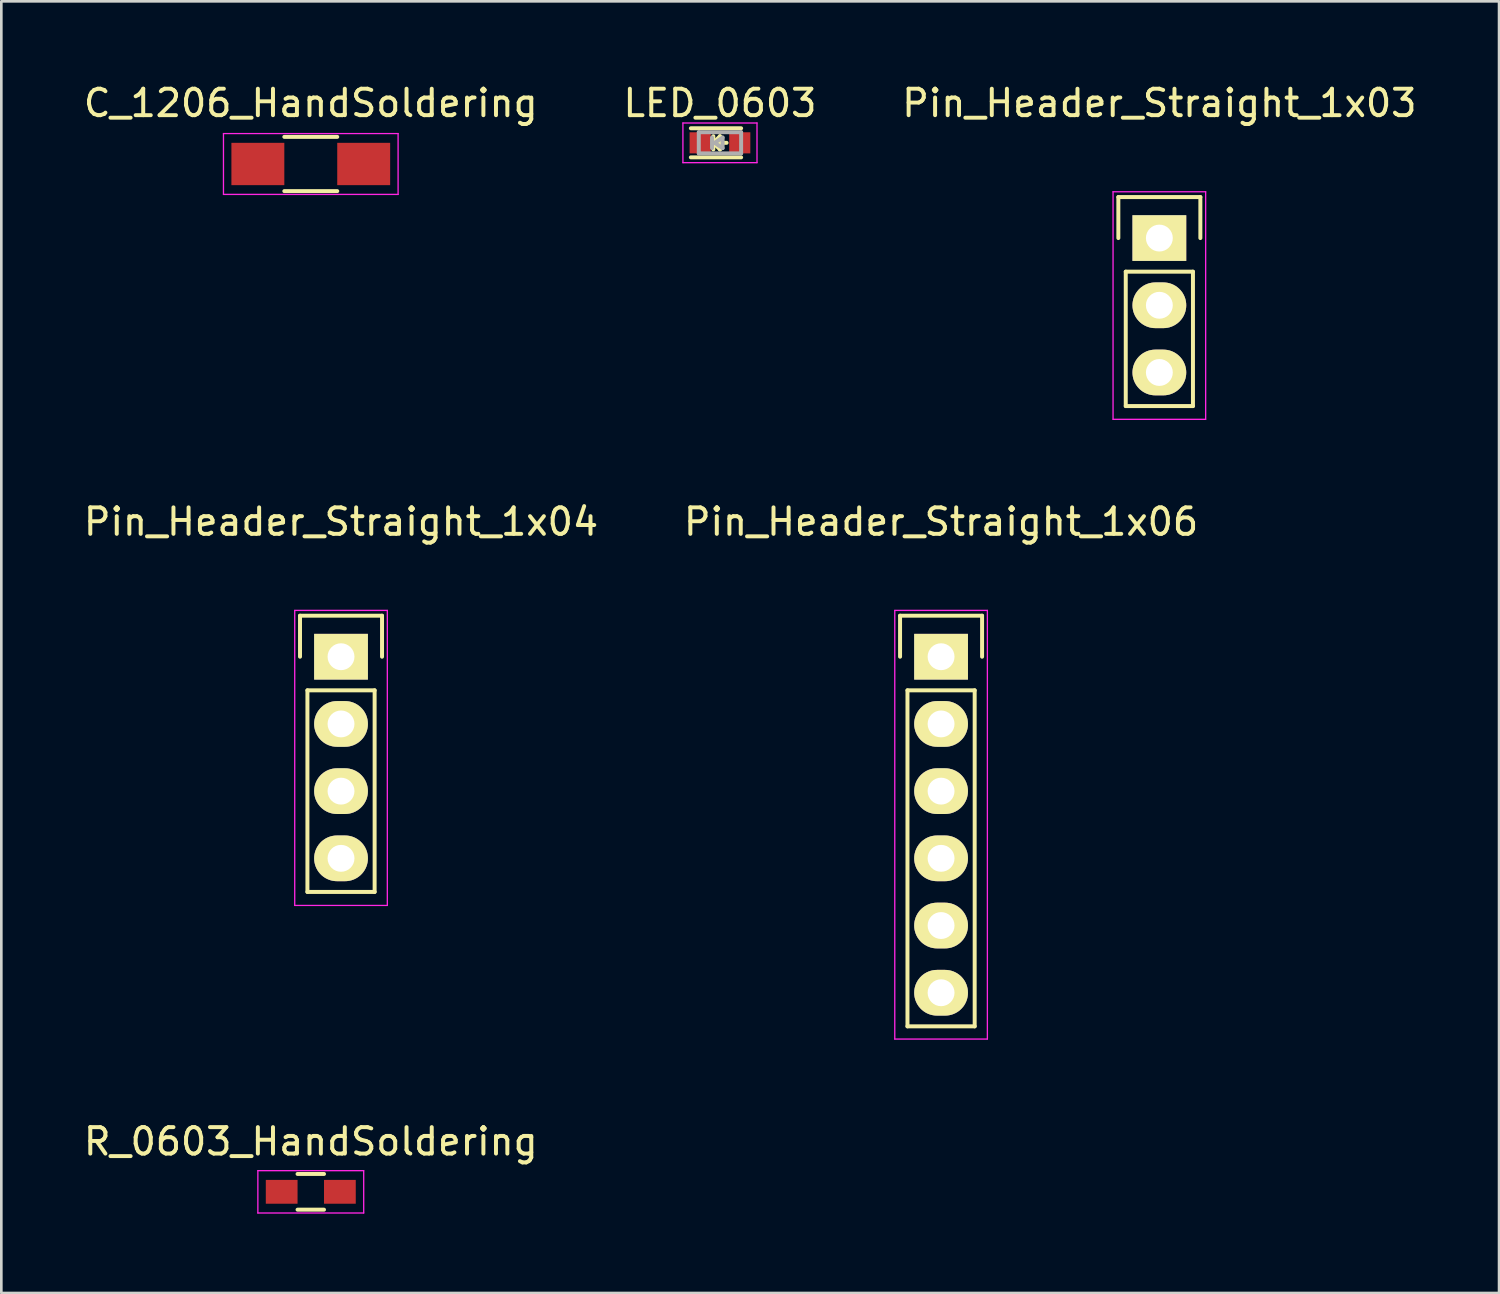
<source format=kicad_pcb>
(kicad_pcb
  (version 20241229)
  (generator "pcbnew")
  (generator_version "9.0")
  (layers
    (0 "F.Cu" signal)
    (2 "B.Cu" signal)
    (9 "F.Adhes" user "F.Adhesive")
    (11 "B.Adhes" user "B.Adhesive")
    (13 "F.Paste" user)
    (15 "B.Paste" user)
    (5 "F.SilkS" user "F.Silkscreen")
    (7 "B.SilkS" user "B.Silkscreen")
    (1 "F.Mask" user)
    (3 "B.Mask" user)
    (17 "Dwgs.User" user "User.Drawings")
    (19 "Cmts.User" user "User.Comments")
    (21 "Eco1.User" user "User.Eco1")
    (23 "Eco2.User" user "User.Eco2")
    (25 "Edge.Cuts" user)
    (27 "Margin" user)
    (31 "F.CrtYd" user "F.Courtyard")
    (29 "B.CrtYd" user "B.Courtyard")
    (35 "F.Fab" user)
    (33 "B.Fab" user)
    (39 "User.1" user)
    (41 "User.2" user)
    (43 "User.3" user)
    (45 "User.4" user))
  (footprint "LED_0603"
    (layer "F.Cu")
    (at 24.161 2.348)
    (property "Reference" "LED_0603" (at 0 -1.5 0) (layer "F.SilkS") (effects (font (size 1 1) (thickness 0.15))))
    (attr smd)
    (fp_line (start -1.1 -0.55) (end 0.8 -0.55) (stroke (width 0.15) (type solid)) (layer "F.SilkS"))
    (fp_line (start -1.1 0.55) (end 0.8 0.55) (stroke (width 0.15) (type solid)) (layer "F.SilkS"))
    (fp_line (start -0.25 -0.25) (end -0.25 0.25) (stroke (width 0.15) (type solid)) (layer "F.SilkS"))
    (fp_line (start -0.25 0) (end 0 -0.25) (stroke (width 0.15) (type solid)) (layer "F.SilkS"))
    (fp_line (start -0.2 0) (end 0.25 0) (stroke (width 0.15) (type solid)) (layer "F.SilkS"))
    (fp_line (start 0 -0.25) (end 0 0.25) (stroke (width 0.15) (type solid)) (layer "F.SilkS"))
    (fp_line (start 0 0.25) (end -0.25 0) (stroke (width 0.15) (type solid)) (layer "F.SilkS"))
    (fp_line (start -1.4 -0.75) (end 1.4 -0.75) (stroke (width 0.05) (type solid)) (layer "F.CrtYd"))
    (fp_line (start -1.4 0.75) (end -1.4 -0.75) (stroke (width 0.05) (type solid)) (layer "F.CrtYd"))
    (fp_line (start 1.4 -0.75) (end 1.4 0.75) (stroke (width 0.05) (type solid)) (layer "F.CrtYd"))
    (fp_line (start 1.4 0.75) (end -1.4 0.75) (stroke (width 0.05) (type solid)) (layer "F.CrtYd"))
    (fp_line (start -0.8 -0.4) (end 0.8 -0.4) (stroke (width 0.15) (type solid)) (layer "F.Fab"))
    (fp_line (start -0.8 0.4) (end -0.8 -0.4) (stroke (width 0.15) (type solid)) (layer "F.Fab"))
    (fp_line (start -0.3 -0.2) (end -0.3 0.2) (stroke (width 0.15) (type solid)) (layer "F.Fab"))
    (fp_line (start -0.2 0) (end 0.1 -0.2) (stroke (width 0.15) (type solid)) (layer "F.Fab"))
    (fp_line (start 0.1 -0.2) (end 0.1 0.2) (stroke (width 0.15) (type solid)) (layer "F.Fab"))
    (fp_line (start 0.1 0.2) (end -0.2 0) (stroke (width 0.15) (type solid)) (layer "F.Fab"))
    (fp_line (start 0.8 -0.4) (end 0.8 0.4) (stroke (width 0.15) (type solid)) (layer "F.Fab"))
    (fp_line (start 0.8 0.4) (end -0.8 0.4) (stroke (width 0.15) (type solid)) (layer "F.Fab"))
    (pad "1" smd rect (at -0.749 0 180) (size 0.798 0.798) (layers "F.Cu" "F.Mask" "F.Paste"))
    (pad "2" smd rect (at 0.749 0 180) (size 0.798 0.798) (layers "F.Cu" "F.Mask" "F.Paste")))
  (footprint "Pin_Header_Straight_1x06"
    (layer "F.Cu")
    (at 32.518 21.771)
    (property "Reference" "Pin_Header_Straight_1x06" (at 0 -5.1 0) (layer "F.SilkS") (effects (font (size 1 1) (thickness 0.15))))
    (attr through_hole)
    (fp_line (start -1.55 -1.55) (end 1.55 -1.55) (stroke (width 0.15) (type solid)) (layer "F.SilkS"))
    (fp_line (start -1.55 0) (end -1.55 -1.55) (stroke (width 0.15) (type solid)) (layer "F.SilkS"))
    (fp_line (start -1.27 13.97) (end -1.27 1.27) (stroke (width 0.15) (type solid)) (layer "F.SilkS"))
    (fp_line (start 1.27 1.27) (end -1.27 1.27) (stroke (width 0.15) (type solid)) (layer "F.SilkS"))
    (fp_line (start 1.27 1.27) (end 1.27 13.97) (stroke (width 0.15) (type solid)) (layer "F.SilkS"))
    (fp_line (start 1.27 13.97) (end -1.27 13.97) (stroke (width 0.15) (type solid)) (layer "F.SilkS"))
    (fp_line (start 1.55 -1.55) (end 1.55 0) (stroke (width 0.15) (type solid)) (layer "F.SilkS"))
    (fp_line (start -1.75 -1.75) (end -1.75 14.45) (stroke (width 0.05) (type solid)) (layer "F.CrtYd"))
    (fp_line (start -1.75 -1.75) (end 1.75 -1.75) (stroke (width 0.05) (type solid)) (layer "F.CrtYd"))
    (fp_line (start -1.75 14.45) (end 1.75 14.45) (stroke (width 0.05) (type solid)) (layer "F.CrtYd"))
    (fp_line (start 1.75 -1.75) (end 1.75 14.45) (stroke (width 0.05) (type solid)) (layer "F.CrtYd"))
    (pad "1" thru_hole rect (at 0 0) (size 2.032 1.727) (drill 1.016) (layers "*.Cu" "*.Mask" "F.SilkS"))
    (pad "2" thru_hole oval (at 0 2.54) (size 2.032 1.727) (drill 1.016) (layers "*.Cu" "*.Mask" "F.SilkS"))
    (pad "3" thru_hole oval (at 0 5.08) (size 2.032 1.727) (drill 1.016) (layers "*.Cu" "*.Mask" "F.SilkS"))
    (pad "4" thru_hole oval (at 0 7.62) (size 2.032 1.727) (drill 1.016) (layers "*.Cu" "*.Mask" "F.SilkS"))
    (pad "5" thru_hole oval (at 0 10.16) (size 2.032 1.727) (drill 1.016) (layers "*.Cu" "*.Mask" "F.SilkS"))
    (pad "6" thru_hole oval (at 0 12.7) (size 2.032 1.727) (drill 1.016) (layers "*.Cu" "*.Mask" "F.SilkS")))
  (footprint "Pin_Header_Straight_1x03"
    (layer "F.Cu")
    (at 40.768 5.948)
    (property "Reference" "Pin_Header_Straight_1x03" (at 0 -5.1 0) (layer "F.SilkS") (effects (font (size 1 1) (thickness 0.15))))
    (attr through_hole)
    (fp_line (start -1.55 -1.55) (end 1.55 -1.55) (stroke (width 0.15) (type solid)) (layer "F.SilkS"))
    (fp_line (start -1.55 0) (end -1.55 -1.55) (stroke (width 0.15) (type solid)) (layer "F.SilkS"))
    (fp_line (start -1.27 1.27) (end -1.27 6.35) (stroke (width 0.15) (type solid)) (layer "F.SilkS"))
    (fp_line (start -1.27 6.35) (end 1.27 6.35) (stroke (width 0.15) (type solid)) (layer "F.SilkS"))
    (fp_line (start 1.27 1.27) (end -1.27 1.27) (stroke (width 0.15) (type solid)) (layer "F.SilkS"))
    (fp_line (start 1.27 6.35) (end 1.27 1.27) (stroke (width 0.15) (type solid)) (layer "F.SilkS"))
    (fp_line (start 1.55 -1.55) (end 1.55 0) (stroke (width 0.15) (type solid)) (layer "F.SilkS"))
    (fp_line (start -1.75 -1.75) (end -1.75 6.85) (stroke (width 0.05) (type solid)) (layer "F.CrtYd"))
    (fp_line (start -1.75 -1.75) (end 1.75 -1.75) (stroke (width 0.05) (type solid)) (layer "F.CrtYd"))
    (fp_line (start -1.75 6.85) (end 1.75 6.85) (stroke (width 0.05) (type solid)) (layer "F.CrtYd"))
    (fp_line (start 1.75 -1.75) (end 1.75 6.85) (stroke (width 0.05) (type solid)) (layer "F.CrtYd"))
    (pad "1" thru_hole rect (at 0 0) (size 2.032 1.727) (drill 1.016) (layers "*.Cu" "*.Mask" "F.SilkS"))
    (pad "2" thru_hole oval (at 0 2.54) (size 2.032 1.727) (drill 1.016) (layers "*.Cu" "*.Mask" "F.SilkS"))
    (pad "3" thru_hole oval (at 0 5.08) (size 2.032 1.727) (drill 1.016) (layers "*.Cu" "*.Mask" "F.SilkS")))
  (footprint "Pin_Header_Straight_1x04"
    (layer "F.Cu")
    (at 9.839 21.771)
    (property "Reference" "Pin_Header_Straight_1x04" (at 0 -5.1 0) (layer "F.SilkS") (effects (font (size 1 1) (thickness 0.15))))
    (attr through_hole)
    (fp_line (start -1.55 -1.55) (end 1.55 -1.55) (stroke (width 0.15) (type solid)) (layer "F.SilkS"))
    (fp_line (start -1.55 0) (end -1.55 -1.55) (stroke (width 0.15) (type solid)) (layer "F.SilkS"))
    (fp_line (start -1.27 1.27) (end -1.27 8.89) (stroke (width 0.15) (type solid)) (layer "F.SilkS"))
    (fp_line (start -1.27 8.89) (end 1.27 8.89) (stroke (width 0.15) (type solid)) (layer "F.SilkS"))
    (fp_line (start 1.27 1.27) (end -1.27 1.27) (stroke (width 0.15) (type solid)) (layer "F.SilkS"))
    (fp_line (start 1.27 1.27) (end 1.27 8.89) (stroke (width 0.15) (type solid)) (layer "F.SilkS"))
    (fp_line (start 1.55 -1.55) (end 1.55 0) (stroke (width 0.15) (type solid)) (layer "F.SilkS"))
    (fp_line (start -1.75 -1.75) (end -1.75 9.4) (stroke (width 0.05) (type solid)) (layer "F.CrtYd"))
    (fp_line (start -1.75 -1.75) (end 1.75 -1.75) (stroke (width 0.05) (type solid)) (layer "F.CrtYd"))
    (fp_line (start -1.75 9.4) (end 1.75 9.4) (stroke (width 0.05) (type solid)) (layer "F.CrtYd"))
    (fp_line (start 1.75 -1.75) (end 1.75 9.4) (stroke (width 0.05) (type solid)) (layer "F.CrtYd"))
    (pad "1" thru_hole rect (at 0 0) (size 2.032 1.727) (drill 1.016) (layers "*.Cu" "*.Mask" "F.SilkS"))
    (pad "2" thru_hole oval (at 0 2.54) (size 2.032 1.727) (drill 1.016) (layers "*.Cu" "*.Mask" "F.SilkS"))
    (pad "3" thru_hole oval (at 0 5.08) (size 2.032 1.727) (drill 1.016) (layers "*.Cu" "*.Mask" "F.SilkS"))
    (pad "4" thru_hole oval (at 0 7.62) (size 2.032 1.727) (drill 1.016) (layers "*.Cu" "*.Mask" "F.SilkS")))
  (footprint "C_1206_HandSoldering"
    (layer "F.Cu")
    (at 8.696 3.148)
    (property "Reference" "C_1206_HandSoldering" (at 0 -2.3 0) (layer "F.SilkS") (effects (font (size 1 1) (thickness 0.15))))
    (attr smd)
    (fp_line (start -1 1.025) (end 1 1.025) (stroke (width 0.15) (type solid)) (layer "F.SilkS"))
    (fp_line (start 1 -1.025) (end -1 -1.025) (stroke (width 0.15) (type solid)) (layer "F.SilkS"))
    (fp_line (start -3.3 -1.15) (end -3.3 1.15) (stroke (width 0.05) (type solid)) (layer "F.CrtYd"))
    (fp_line (start -3.3 -1.15) (end 3.3 -1.15) (stroke (width 0.05) (type solid)) (layer "F.CrtYd"))
    (fp_line (start -3.3 1.15) (end 3.3 1.15) (stroke (width 0.05) (type solid)) (layer "F.CrtYd"))
    (fp_line (start 3.3 -1.15) (end 3.3 1.15) (stroke (width 0.05) (type solid)) (layer "F.CrtYd"))
    (pad "1" smd rect (at -2 0) (size 2 1.6) (layers "F.Cu" "F.Mask" "F.Paste"))
    (pad "2" smd rect (at 2 0) (size 2 1.6) (layers "F.Cu" "F.Mask" "F.Paste")))
  (footprint "R_0603_HandSoldering"
    (layer "F.Cu")
    (at 8.696 41.995)
    (property "Reference" "R_0603_HandSoldering" (at 0 -1.9 0) (layer "F.SilkS") (effects (font (size 1 1) (thickness 0.15))))
    (attr smd)
    (fp_line (start -0.5 -0.675) (end 0.5 -0.675) (stroke (width 0.15) (type solid)) (layer "F.SilkS"))
    (fp_line (start 0.5 0.675) (end -0.5 0.675) (stroke (width 0.15) (type solid)) (layer "F.SilkS"))
    (fp_line (start -2 -0.8) (end -2 0.8) (stroke (width 0.05) (type solid)) (layer "F.CrtYd"))
    (fp_line (start -2 -0.8) (end 2 -0.8) (stroke (width 0.05) (type solid)) (layer "F.CrtYd"))
    (fp_line (start -2 0.8) (end 2 0.8) (stroke (width 0.05) (type solid)) (layer "F.CrtYd"))
    (fp_line (start 2 -0.8) (end 2 0.8) (stroke (width 0.05) (type solid)) (layer "F.CrtYd"))
    (pad "1" smd rect (at -1.1 0) (size 1.2 0.9) (layers "F.Cu" "F.Mask" "F.Paste"))
    (pad "2" smd rect (at 1.1 0) (size 1.2 0.9) (layers "F.Cu" "F.Mask" "F.Paste")))
  (gr_rect
    (start -3 -3)
    (end 53.607 45.82)
    (stroke (width 0.1) (type default))
    (fill no)
    (layer "Edge.Cuts")))
</source>
